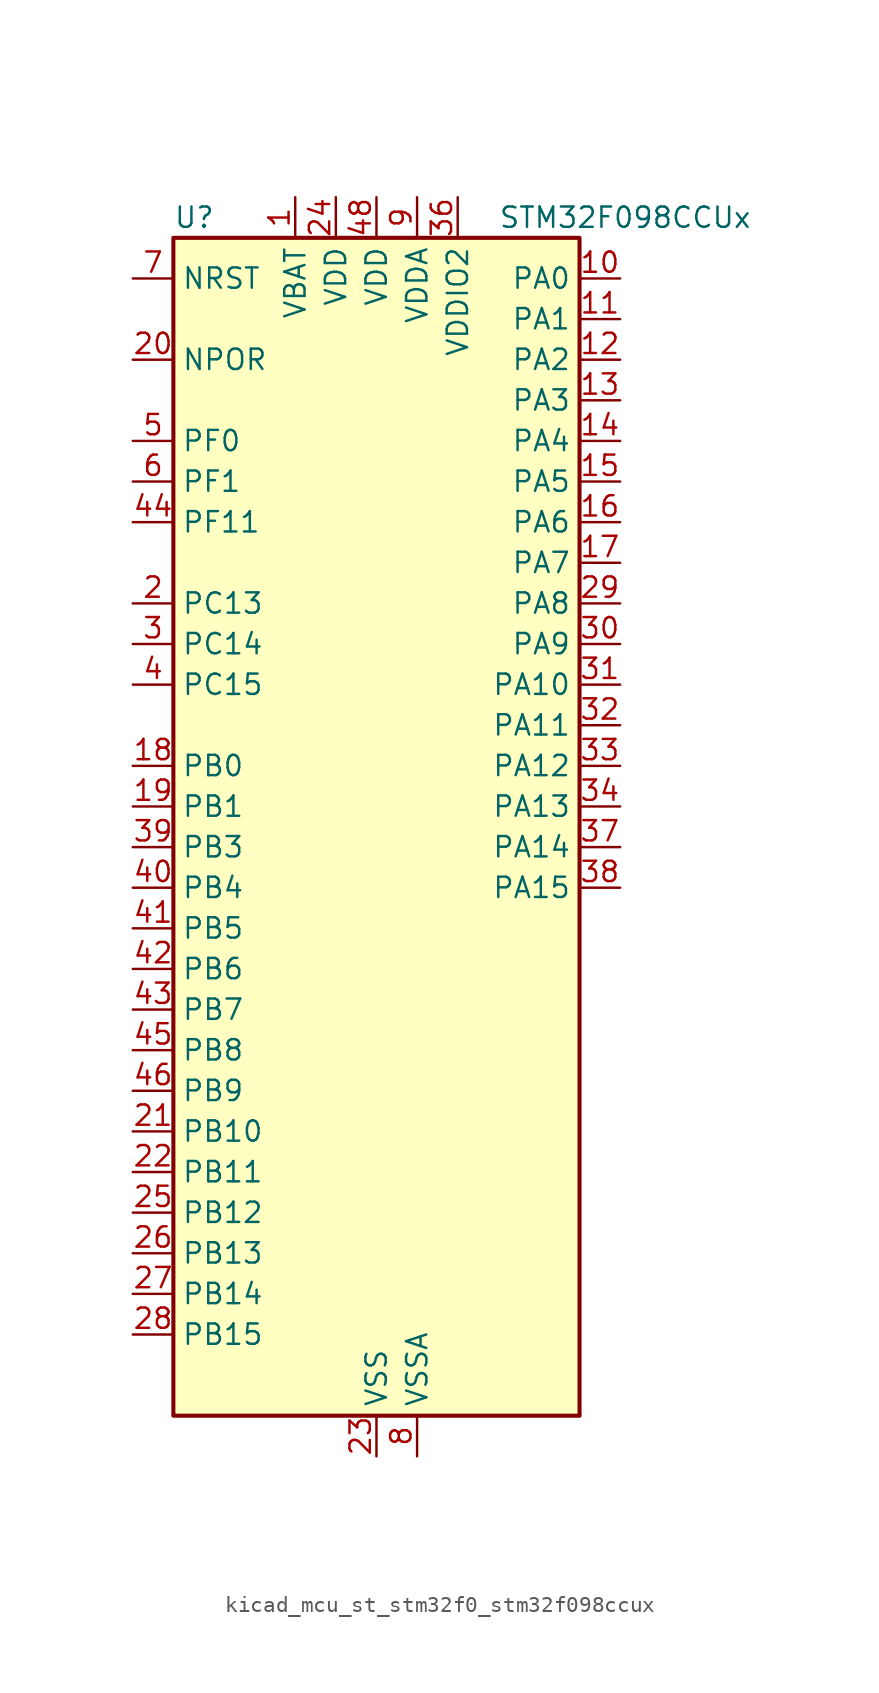
<source format=kicad_sym>
(kicad_symbol_lib
  (version 20220914)
  (generator kicad_symbol_editor)
  (symbol "kicad_mcu_st_stm32f0_stm32f098ccux"
    (property "Reference" "U"
      (at -12.7 39.37 0)
      (effects (font (size 1.27 1.27)) (justify left)))
    (property "Value" "STM32F098CCUx"
      (at 7.62 39.37 0)
      (effects (font (size 1.27 1.27)) (justify left)))
    (property "ki_locked" ""
      (at 0 0 0)
      (effects (font (size 1.27 1.27))))
    (symbol "kicad_mcu_st_stm32f0_stm32f098ccux_0_1"
      (rectangle (start -12.7 -35.56) (end 12.7 38.1) (stroke (width 0.254) (type default)) (fill (type background))))
    (symbol "kicad_mcu_st_stm32f0_stm32f098ccux_1_1"
      (pin power_in line (at -5.08 40.64 270) (length 2.54) (name "VBAT" (effects (font (size 1.27 1.27)))) (number "1" (effects (font (size 1.27 1.27)))))
      (pin bidirectional line (at 15.24 35.56 180) (length 2.54) (name "PA0" (effects (font (size 1.27 1.27)))) (number "10" (effects (font (size 1.27 1.27)))) (alternate "ADC_IN0" bidirectional line) (alternate "COMP1_INM" bidirectional line) (alternate "COMP1_OUT" bidirectional line) (alternate "RTC_TAMP2" bidirectional line) (alternate "SYS_WKUP1" bidirectional line) (alternate "TIM2_CH1" bidirectional line) (alternate "TIM2_ETR" bidirectional line) (alternate "TSC_G1_IO1" bidirectional line) (alternate "USART2_CTS" bidirectional line) (alternate "USART4_TX" bidirectional line))
      (pin bidirectional line (at 15.24 33.02 180) (length 2.54) (name "PA1" (effects (font (size 1.27 1.27)))) (number "11" (effects (font (size 1.27 1.27)))) (alternate "ADC_IN1" bidirectional line) (alternate "COMP1_INP" bidirectional line) (alternate "TIM15_CH1N" bidirectional line) (alternate "TIM2_CH2" bidirectional line) (alternate "TSC_G1_IO2" bidirectional line) (alternate "USART2_DE" bidirectional line) (alternate "USART2_RTS" bidirectional line) (alternate "USART4_RX" bidirectional line))
      (pin bidirectional line (at 15.24 30.48 180) (length 2.54) (name "PA2" (effects (font (size 1.27 1.27)))) (number "12" (effects (font (size 1.27 1.27)))) (alternate "ADC_IN2" bidirectional line) (alternate "COMP2_INM" bidirectional line) (alternate "COMP2_OUT" bidirectional line) (alternate "SYS_WKUP4" bidirectional line) (alternate "TIM15_CH1" bidirectional line) (alternate "TIM2_CH3" bidirectional line) (alternate "TSC_G1_IO3" bidirectional line) (alternate "USART2_TX" bidirectional line))
      (pin bidirectional line (at 15.24 27.94 180) (length 2.54) (name "PA3" (effects (font (size 1.27 1.27)))) (number "13" (effects (font (size 1.27 1.27)))) (alternate "ADC_IN3" bidirectional line) (alternate "COMP2_INP" bidirectional line) (alternate "TIM15_CH2" bidirectional line) (alternate "TIM2_CH4" bidirectional line) (alternate "TSC_G1_IO4" bidirectional line) (alternate "USART2_RX" bidirectional line))
      (pin bidirectional line (at 15.24 25.4 180) (length 2.54) (name "PA4" (effects (font (size 1.27 1.27)))) (number "14" (effects (font (size 1.27 1.27)))) (alternate "ADC_IN4" bidirectional line) (alternate "COMP1_INM" bidirectional line) (alternate "COMP2_INM" bidirectional line) (alternate "DAC_OUT1" bidirectional line) (alternate "I2S1_WS" bidirectional line) (alternate "SPI1_NSS" bidirectional line) (alternate "TIM14_CH1" bidirectional line) (alternate "TSC_G2_IO1" bidirectional line) (alternate "USART2_CK" bidirectional line) (alternate "USART6_TX" bidirectional line))
      (pin bidirectional line (at 15.24 22.86 180) (length 2.54) (name "PA5" (effects (font (size 1.27 1.27)))) (number "15" (effects (font (size 1.27 1.27)))) (alternate "ADC_IN5" bidirectional line) (alternate "CEC" bidirectional line) (alternate "COMP1_INM" bidirectional line) (alternate "COMP2_INM" bidirectional line) (alternate "DAC_OUT2" bidirectional line) (alternate "I2S1_CK" bidirectional line) (alternate "SPI1_SCK" bidirectional line) (alternate "TIM2_CH1" bidirectional line) (alternate "TIM2_ETR" bidirectional line) (alternate "TSC_G2_IO2" bidirectional line) (alternate "USART6_RX" bidirectional line))
      (pin bidirectional line (at 15.24 20.32 180) (length 2.54) (name "PA6" (effects (font (size 1.27 1.27)))) (number "16" (effects (font (size 1.27 1.27)))) (alternate "ADC_IN6" bidirectional line) (alternate "COMP1_OUT" bidirectional line) (alternate "I2S1_MCK" bidirectional line) (alternate "SPI1_MISO" bidirectional line) (alternate "TIM16_CH1" bidirectional line) (alternate "TIM1_BKIN" bidirectional line) (alternate "TIM3_CH1" bidirectional line) (alternate "TSC_G2_IO3" bidirectional line) (alternate "USART3_CTS" bidirectional line))
      (pin bidirectional line (at 15.24 17.78 180) (length 2.54) (name "PA7" (effects (font (size 1.27 1.27)))) (number "17" (effects (font (size 1.27 1.27)))) (alternate "ADC_IN7" bidirectional line) (alternate "COMP2_OUT" bidirectional line) (alternate "I2S1_SD" bidirectional line) (alternate "SPI1_MOSI" bidirectional line) (alternate "TIM14_CH1" bidirectional line) (alternate "TIM17_CH1" bidirectional line) (alternate "TIM1_CH1N" bidirectional line) (alternate "TIM3_CH2" bidirectional line) (alternate "TSC_G2_IO4" bidirectional line))
      (pin bidirectional line (at -15.24 5.08 0) (length 2.54) (name "PB0" (effects (font (size 1.27 1.27)))) (number "18" (effects (font (size 1.27 1.27)))) (alternate "ADC_IN8" bidirectional line) (alternate "TIM1_CH2N" bidirectional line) (alternate "TIM3_CH3" bidirectional line) (alternate "TSC_G3_IO2" bidirectional line) (alternate "USART3_CK" bidirectional line))
      (pin bidirectional line (at -15.24 2.54 0) (length 2.54) (name "PB1" (effects (font (size 1.27 1.27)))) (number "19" (effects (font (size 1.27 1.27)))) (alternate "ADC_IN9" bidirectional line) (alternate "TIM14_CH1" bidirectional line) (alternate "TIM1_CH3N" bidirectional line) (alternate "TIM3_CH4" bidirectional line) (alternate "TSC_G3_IO3" bidirectional line) (alternate "USART3_DE" bidirectional line) (alternate "USART3_RTS" bidirectional line))
      (pin bidirectional line (at -15.24 15.24 0) (length 2.54) (name "PC13" (effects (font (size 1.27 1.27)))) (number "2" (effects (font (size 1.27 1.27)))) (alternate "RTC_OUT_ALARM" bidirectional line) (alternate "RTC_OUT_CALIB" bidirectional line) (alternate "RTC_TAMP1" bidirectional line) (alternate "RTC_TS" bidirectional line) (alternate "SYS_WKUP2" bidirectional line))
      (pin input line (at -15.24 30.48 0) (length 2.54) (name "NPOR" (effects (font (size 1.27 1.27)))) (number "20" (effects (font (size 1.27 1.27)))))
      (pin bidirectional line (at -15.24 -17.78 0) (length 2.54) (name "PB10" (effects (font (size 1.27 1.27)))) (number "21" (effects (font (size 1.27 1.27)))) (alternate "CEC" bidirectional line) (alternate "I2C2_SCL" bidirectional line) (alternate "I2S2_CK" bidirectional line) (alternate "SPI2_SCK" bidirectional line) (alternate "TIM2_CH3" bidirectional line) (alternate "TSC_SYNC" bidirectional line) (alternate "USART3_TX" bidirectional line))
      (pin bidirectional line (at -15.24 -20.32 0) (length 2.54) (name "PB11" (effects (font (size 1.27 1.27)))) (number "22" (effects (font (size 1.27 1.27)))) (alternate "I2C2_SDA" bidirectional line) (alternate "TIM2_CH4" bidirectional line) (alternate "TSC_G6_IO1" bidirectional line) (alternate "USART3_RX" bidirectional line))
      (pin power_in line (at 0 -38.1 90) (length 2.54) (name "VSS" (effects (font (size 1.27 1.27)))) (number "23" (effects (font (size 1.27 1.27)))))
      (pin power_in line (at -2.54 40.64 270) (length 2.54) (name "VDD" (effects (font (size 1.27 1.27)))) (number "24" (effects (font (size 1.27 1.27)))))
      (pin bidirectional line (at -15.24 -22.86 0) (length 2.54) (name "PB12" (effects (font (size 1.27 1.27)))) (number "25" (effects (font (size 1.27 1.27)))) (alternate "I2S2_WS" bidirectional line) (alternate "SPI2_NSS" bidirectional line) (alternate "TIM15_BKIN" bidirectional line) (alternate "TIM1_BKIN" bidirectional line) (alternate "TSC_G6_IO2" bidirectional line) (alternate "USART3_CK" bidirectional line))
      (pin bidirectional line (at -15.24 -25.4 0) (length 2.54) (name "PB13" (effects (font (size 1.27 1.27)))) (number "26" (effects (font (size 1.27 1.27)))) (alternate "I2C2_SCL" bidirectional line) (alternate "I2S2_CK" bidirectional line) (alternate "SPI2_SCK" bidirectional line) (alternate "TIM1_CH1N" bidirectional line) (alternate "TSC_G6_IO3" bidirectional line) (alternate "USART3_CTS" bidirectional line))
      (pin bidirectional line (at -15.24 -27.94 0) (length 2.54) (name "PB14" (effects (font (size 1.27 1.27)))) (number "27" (effects (font (size 1.27 1.27)))) (alternate "I2C2_SDA" bidirectional line) (alternate "I2S2_MCK" bidirectional line) (alternate "SPI2_MISO" bidirectional line) (alternate "TIM15_CH1" bidirectional line) (alternate "TIM1_CH2N" bidirectional line) (alternate "TSC_G6_IO4" bidirectional line) (alternate "USART3_DE" bidirectional line) (alternate "USART3_RTS" bidirectional line))
      (pin bidirectional line (at -15.24 -30.48 0) (length 2.54) (name "PB15" (effects (font (size 1.27 1.27)))) (number "28" (effects (font (size 1.27 1.27)))) (alternate "I2S2_SD" bidirectional line) (alternate "RTC_REFIN" bidirectional line) (alternate "SPI2_MOSI" bidirectional line) (alternate "SYS_WKUP7" bidirectional line) (alternate "TIM15_CH1N" bidirectional line) (alternate "TIM15_CH2" bidirectional line) (alternate "TIM1_CH3N" bidirectional line))
      (pin bidirectional line (at 15.24 15.24 180) (length 2.54) (name "PA8" (effects (font (size 1.27 1.27)))) (number "29" (effects (font (size 1.27 1.27)))) (alternate "CRS_SYNC" bidirectional line) (alternate "RCC_MCO" bidirectional line) (alternate "TIM1_CH1" bidirectional line) (alternate "USART1_CK" bidirectional line))
      (pin bidirectional line (at -15.24 12.7 0) (length 2.54) (name "PC14" (effects (font (size 1.27 1.27)))) (number "3" (effects (font (size 1.27 1.27)))) (alternate "RCC_OSC32_IN" bidirectional line))
      (pin bidirectional line (at 15.24 12.7 180) (length 2.54) (name "PA9" (effects (font (size 1.27 1.27)))) (number "30" (effects (font (size 1.27 1.27)))) (alternate "DAC_EXTI9" bidirectional line) (alternate "I2C1_SCL" bidirectional line) (alternate "RCC_MCO" bidirectional line) (alternate "TIM15_BKIN" bidirectional line) (alternate "TIM1_CH2" bidirectional line) (alternate "TSC_G4_IO1" bidirectional line) (alternate "USART1_TX" bidirectional line))
      (pin bidirectional line (at 15.24 10.16 180) (length 2.54) (name "PA10" (effects (font (size 1.27 1.27)))) (number "31" (effects (font (size 1.27 1.27)))) (alternate "I2C1_SDA" bidirectional line) (alternate "TIM17_BKIN" bidirectional line) (alternate "TIM1_CH3" bidirectional line) (alternate "TSC_G4_IO2" bidirectional line) (alternate "USART1_RX" bidirectional line))
      (pin bidirectional line (at 15.24 7.62 180) (length 2.54) (name "PA11" (effects (font (size 1.27 1.27)))) (number "32" (effects (font (size 1.27 1.27)))) (alternate "CAN_RX" bidirectional line) (alternate "COMP1_OUT" bidirectional line) (alternate "I2C2_SCL" bidirectional line) (alternate "TIM1_CH4" bidirectional line) (alternate "TSC_G4_IO3" bidirectional line) (alternate "USART1_CTS" bidirectional line))
      (pin bidirectional line (at 15.24 5.08 180) (length 2.54) (name "PA12" (effects (font (size 1.27 1.27)))) (number "33" (effects (font (size 1.27 1.27)))) (alternate "CAN_TX" bidirectional line) (alternate "COMP2_OUT" bidirectional line) (alternate "I2C2_SDA" bidirectional line) (alternate "TIM1_ETR" bidirectional line) (alternate "TSC_G4_IO4" bidirectional line) (alternate "USART1_DE" bidirectional line) (alternate "USART1_RTS" bidirectional line))
      (pin bidirectional line (at 15.24 2.54 180) (length 2.54) (name "PA13" (effects (font (size 1.27 1.27)))) (number "34" (effects (font (size 1.27 1.27)))) (alternate "IR_OUT" bidirectional line) (alternate "SYS_SWDIO" bidirectional line))
      (pin passive line (at 0 -38.1 90) (length 2.54) hide (name "VSS" (effects (font (size 1.27 1.27)))) (number "35" (effects (font (size 1.27 1.27)))))
      (pin power_in line (at 5.08 40.64 270) (length 2.54) (name "VDDIO2" (effects (font (size 1.27 1.27)))) (number "36" (effects (font (size 1.27 1.27)))))
      (pin bidirectional line (at 15.24 0 180) (length 2.54) (name "PA14" (effects (font (size 1.27 1.27)))) (number "37" (effects (font (size 1.27 1.27)))) (alternate "SYS_SWCLK" bidirectional line) (alternate "USART2_TX" bidirectional line))
      (pin bidirectional line (at 15.24 -2.54 180) (length 2.54) (name "PA15" (effects (font (size 1.27 1.27)))) (number "38" (effects (font (size 1.27 1.27)))) (alternate "I2S1_WS" bidirectional line) (alternate "SPI1_NSS" bidirectional line) (alternate "TIM2_CH1" bidirectional line) (alternate "TIM2_ETR" bidirectional line) (alternate "USART2_RX" bidirectional line) (alternate "USART4_DE" bidirectional line) (alternate "USART4_RTS" bidirectional line))
      (pin bidirectional line (at -15.24 0 0) (length 2.54) (name "PB3" (effects (font (size 1.27 1.27)))) (number "39" (effects (font (size 1.27 1.27)))) (alternate "I2S1_CK" bidirectional line) (alternate "SPI1_SCK" bidirectional line) (alternate "TIM2_CH2" bidirectional line) (alternate "TSC_G5_IO1" bidirectional line) (alternate "USART5_TX" bidirectional line))
      (pin bidirectional line (at -15.24 10.16 0) (length 2.54) (name "PC15" (effects (font (size 1.27 1.27)))) (number "4" (effects (font (size 1.27 1.27)))) (alternate "RCC_OSC32_OUT" bidirectional line))
      (pin bidirectional line (at -15.24 -2.54 0) (length 2.54) (name "PB4" (effects (font (size 1.27 1.27)))) (number "40" (effects (font (size 1.27 1.27)))) (alternate "I2S1_MCK" bidirectional line) (alternate "SPI1_MISO" bidirectional line) (alternate "TIM17_BKIN" bidirectional line) (alternate "TIM3_CH1" bidirectional line) (alternate "TSC_G5_IO2" bidirectional line) (alternate "USART5_RX" bidirectional line))
      (pin bidirectional line (at -15.24 -5.08 0) (length 2.54) (name "PB5" (effects (font (size 1.27 1.27)))) (number "41" (effects (font (size 1.27 1.27)))) (alternate "I2C1_SMBA" bidirectional line) (alternate "I2S1_SD" bidirectional line) (alternate "SPI1_MOSI" bidirectional line) (alternate "SYS_WKUP6" bidirectional line) (alternate "TIM16_BKIN" bidirectional line) (alternate "TIM3_CH2" bidirectional line) (alternate "USART5_CK" bidirectional line) (alternate "USART5_DE" bidirectional line) (alternate "USART5_RTS" bidirectional line))
      (pin bidirectional line (at -15.24 -7.62 0) (length 2.54) (name "PB6" (effects (font (size 1.27 1.27)))) (number "42" (effects (font (size 1.27 1.27)))) (alternate "I2C1_SCL" bidirectional line) (alternate "TIM16_CH1N" bidirectional line) (alternate "TSC_G5_IO3" bidirectional line) (alternate "USART1_TX" bidirectional line))
      (pin bidirectional line (at -15.24 -10.16 0) (length 2.54) (name "PB7" (effects (font (size 1.27 1.27)))) (number "43" (effects (font (size 1.27 1.27)))) (alternate "I2C1_SDA" bidirectional line) (alternate "TIM17_CH1N" bidirectional line) (alternate "TSC_G5_IO4" bidirectional line) (alternate "USART1_RX" bidirectional line) (alternate "USART4_CTS" bidirectional line))
      (pin bidirectional line (at -15.24 20.32 0) (length 2.54) (name "PF11" (effects (font (size 1.27 1.27)))) (number "44" (effects (font (size 1.27 1.27)))))
      (pin bidirectional line (at -15.24 -12.7 0) (length 2.54) (name "PB8" (effects (font (size 1.27 1.27)))) (number "45" (effects (font (size 1.27 1.27)))) (alternate "CAN_RX" bidirectional line) (alternate "CEC" bidirectional line) (alternate "I2C1_SCL" bidirectional line) (alternate "TIM16_CH1" bidirectional line) (alternate "TSC_SYNC" bidirectional line))
      (pin bidirectional line (at -15.24 -15.24 0) (length 2.54) (name "PB9" (effects (font (size 1.27 1.27)))) (number "46" (effects (font (size 1.27 1.27)))) (alternate "CAN_TX" bidirectional line) (alternate "DAC_EXTI9" bidirectional line) (alternate "I2C1_SDA" bidirectional line) (alternate "I2S2_WS" bidirectional line) (alternate "IR_OUT" bidirectional line) (alternate "SPI2_NSS" bidirectional line) (alternate "TIM17_CH1" bidirectional line))
      (pin passive line (at 0 -38.1 90) (length 2.54) hide (name "VSS" (effects (font (size 1.27 1.27)))) (number "47" (effects (font (size 1.27 1.27)))))
      (pin power_in line (at 0 40.64 270) (length 2.54) (name "VDD" (effects (font (size 1.27 1.27)))) (number "48" (effects (font (size 1.27 1.27)))))
      (pin passive line (at 0 -38.1 90) (length 2.54) hide (name "VSS" (effects (font (size 1.27 1.27)))) (number "49" (effects (font (size 1.27 1.27)))))
      (pin bidirectional line (at -15.24 25.4 0) (length 2.54) (name "PF0" (effects (font (size 1.27 1.27)))) (number "5" (effects (font (size 1.27 1.27)))) (alternate "CRS_SYNC" bidirectional line) (alternate "I2C1_SDA" bidirectional line) (alternate "RCC_OSC_IN" bidirectional line))
      (pin bidirectional line (at -15.24 22.86 0) (length 2.54) (name "PF1" (effects (font (size 1.27 1.27)))) (number "6" (effects (font (size 1.27 1.27)))) (alternate "I2C1_SCL" bidirectional line) (alternate "RCC_OSC_OUT" bidirectional line))
      (pin input line (at -15.24 35.56 0) (length 2.54) (name "NRST" (effects (font (size 1.27 1.27)))) (number "7" (effects (font (size 1.27 1.27)))))
      (pin power_in line (at 2.54 -38.1 90) (length 2.54) (name "VSSA" (effects (font (size 1.27 1.27)))) (number "8" (effects (font (size 1.27 1.27)))))
      (pin power_in line (at 2.54 40.64 270) (length 2.54) (name "VDDA" (effects (font (size 1.27 1.27)))) (number "9" (effects (font (size 1.27 1.27))))))))
</source>
